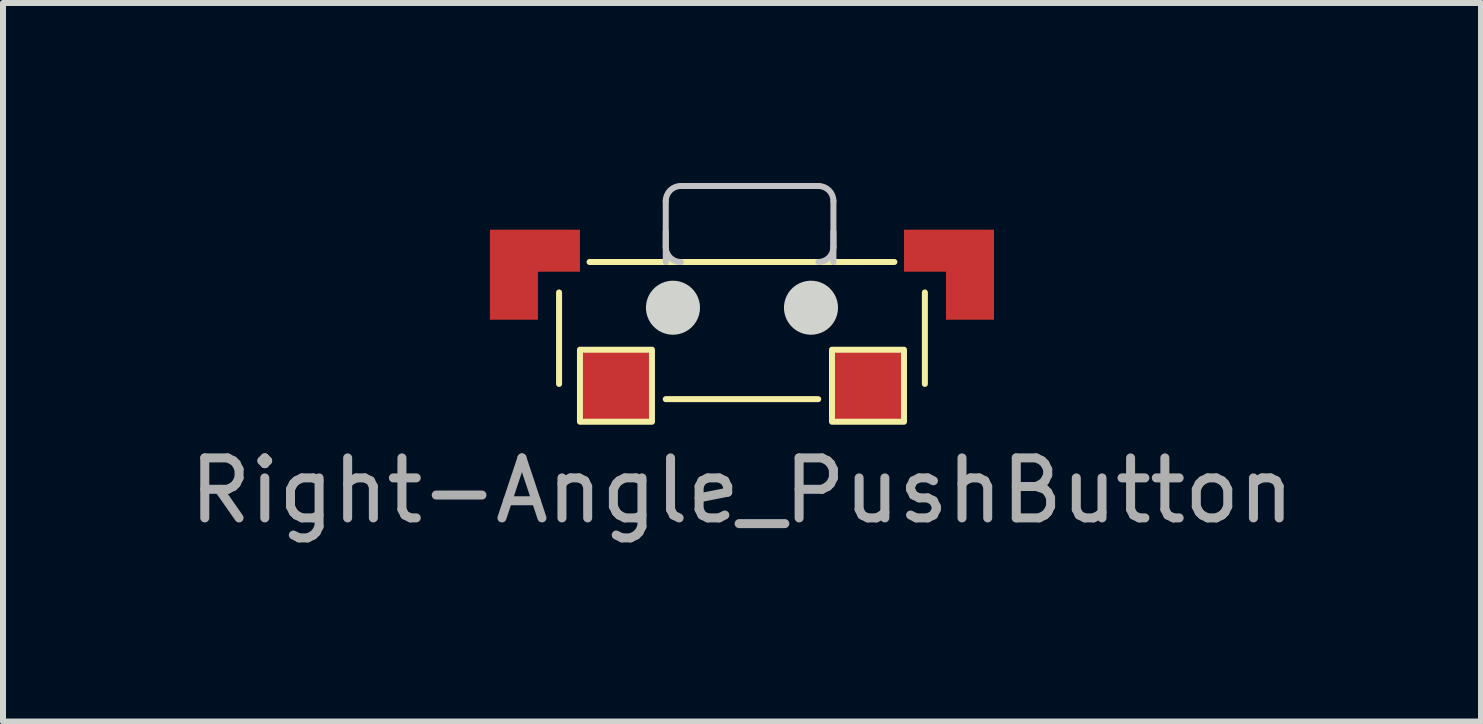
<source format=kicad_pcb>
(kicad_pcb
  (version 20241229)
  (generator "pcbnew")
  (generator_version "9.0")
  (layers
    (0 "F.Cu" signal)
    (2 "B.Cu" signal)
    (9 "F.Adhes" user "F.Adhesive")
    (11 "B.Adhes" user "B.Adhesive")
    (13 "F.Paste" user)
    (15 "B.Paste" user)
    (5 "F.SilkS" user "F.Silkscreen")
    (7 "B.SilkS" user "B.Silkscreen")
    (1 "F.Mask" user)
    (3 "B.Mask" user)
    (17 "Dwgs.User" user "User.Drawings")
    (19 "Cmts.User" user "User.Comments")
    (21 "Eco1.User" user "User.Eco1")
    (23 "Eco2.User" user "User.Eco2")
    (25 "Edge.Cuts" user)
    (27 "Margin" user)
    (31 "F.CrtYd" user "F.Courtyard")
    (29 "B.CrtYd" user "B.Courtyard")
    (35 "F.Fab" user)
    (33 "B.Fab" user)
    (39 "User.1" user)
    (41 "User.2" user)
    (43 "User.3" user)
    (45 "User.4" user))
  (footprint "Right-Angle_PushButton"
    (layer "F.Cu")
    (at 9.315 2.078)
    (property "Reference" "Right-Angle_PushButton" (at 0 3.048 0) (unlocked yes) (layer "F.SilkS") (effects (font (size 1 1) (thickness 0.1))))
    (attr smd)
    (fp_poly (pts (xy -4.2 0.2) (xy -4.2 -1.3) (xy -2.7 -1.3) (xy -2.7 -0.6) (xy -3.4 -0.6) (xy -3.4 0.2)) (stroke (width 0) (type solid)) (fill yes) (layers "F.Cu" "F.Mask"))
    (fp_poly (pts (xy 4.2 -1.3) (xy 2.7 -1.3) (xy 2.7 -0.6) (xy 3.4 -0.6) (xy 3.4 0.2) (xy 4.2 0.2)) (stroke (width 0) (type solid)) (fill yes) (layers "F.Cu" "F.Mask"))
    (fp_line (start -3.048 -0.254) (end -3.048 1.27) (stroke (width 0.1) (type default)) (layer "F.SilkS"))
    (fp_line (start -2.54 -0.762) (end 2.032 -0.762) (stroke (width 0.1) (type default)) (layer "F.SilkS"))
    (fp_line (start 1.27 1.524) (end -1.27 1.524) (stroke (width 0.1) (type default)) (layer "F.SilkS"))
    (fp_line (start 1.274 -0.762) (end -1.02 -0.762) (stroke (width 0.1) (type default)) (layer "F.SilkS"))
    (fp_line (start 2.032 -0.762) (end 2.54 -0.762) (stroke (width 0.1) (type default)) (layer "F.SilkS"))
    (fp_line (start 3.048 -0.254) (end 3.048 1.27) (stroke (width 0.1) (type default)) (layer "F.SilkS"))
    (fp_rect (start -2.7 0.7) (end -1.5 1.9) (stroke (width 0.1) (type default)) (fill no) (layer "F.SilkS"))
    (fp_rect (start 1.5 0.7) (end 2.7 1.9) (stroke (width 0.1) (type default)) (fill no) (layer "F.SilkS"))
    (fp_line (start -1.27 -1.27) (end -1.27 -0.762) (stroke (width 0.1) (type default)) (layer "Dwgs.User"))
    (fp_line (start -1.27 -1.012) (end -1.27 -1.778) (stroke (width 0.1) (type default)) (layer "Dwgs.User"))
    (fp_line (start -1.02 -2.028) (end 1.274 -2.028) (stroke (width 0.1) (type default)) (layer "Dwgs.User"))
    (fp_line (start 1.524 -1.778) (end 1.524 -1.012) (stroke (width 0.1) (type default)) (layer "Dwgs.User"))
    (fp_line (start 1.524 -1.27) (end 1.524 -0.762) (stroke (width 0.1) (type default)) (layer "Dwgs.User"))
    (fp_arc (start -1.27 -1.778) (mid -1.196777 -1.954777) (end -1.02 -2.028) (stroke (width 0.1) (type default)) (layer "Dwgs.User"))
    (fp_arc (start -1.02 -0.762) (mid -1.196777 -0.835223) (end -1.27 -1.012) (stroke (width 0.1) (type default)) (layer "Dwgs.User"))
    (fp_arc (start 1.274 -2.028) (mid 1.450777 -1.954777) (end 1.524 -1.778) (stroke (width 0.1) (type default)) (layer "Dwgs.User"))
    (fp_arc (start 1.524 -1.012) (mid 1.450777 -0.835223) (end 1.274 -0.762) (stroke (width 0.1) (type default)) (layer "Dwgs.User"))
    (fp_poly (pts (arc (start -1.6 0) (mid -0.7 0) (end -1.6 0))) (stroke (width 0) (type solid)) (fill yes) (layer "Edge.Cuts"))
    (fp_poly (pts (arc (start 0.7 0) (mid 1.6 0) (end 0.7 0))) (stroke (width 0) (type solid)) (fill yes) (layer "Edge.Cuts"))
    (fp_text user "${REFERENCE}" (at 0 3.048 0) (unlocked yes) (layer "F.Fab") (effects (font (size 1 1) (thickness 0.15))))
    (pad "1" smd roundrect (at -2.1 1.3) (size 1.2 1.2) (layers "F.Cu" "F.Mask" "F.Paste") (roundrect_rratio 0.15))
    (pad "2" smd roundrect (at 2.1 1.3) (size 1.2 1.2) (layers "F.Cu" "F.Mask" "F.Paste") (roundrect_rratio 0.15))
    (zone (net_name "") (layers "Edge.Cuts" "Margin") (name "mounting_hole") (hatch edge 0.5) (connect_pads) (min_thickness 0.25) (filled_areas_thickness no) (keepout (tracks not_allowed) (vias not_allowed) (pads not_allowed) (copperpour not_allowed) (footprints allowed)) (placement (enabled no)) (fill) (polygon (pts (xy 10.015 2.078) (xy 10.016 2.048) (xy 10.024 1.988) (xy 10.04 1.93) (xy 10.063 1.875) (xy 10.094 1.823) (xy 10.131 1.776) (xy 10.175 1.734) (xy 10.223 1.698) (xy 10.276 1.669) (xy 10.332 1.648) (xy 10.391 1.634) (xy 10.45 1.628) (xy 10.511 1.63) (xy 10.57 1.64) (xy 10.627 1.658) (xy 10.682 1.683) (xy 10.733 1.715) (xy 10.779 1.754) (xy 10.819 1.799) (xy 10.853 1.848) (xy 10.88 1.902) (xy 10.9 1.959) (xy 10.912 2.018) (xy 10.916 2.078) (xy 10.912 2.138) (xy 10.9 2.197) (xy 10.88 2.254) (xy 10.853 2.308) (xy 10.819 2.357) (xy 10.779 2.402) (xy 10.733 2.441) (xy 10.682 2.473) (xy 10.627 2.498) (xy 10.57 2.516) (xy 10.511 2.526) (xy 10.45 2.528) (xy 10.391 2.522) (xy 10.332 2.508) (xy 10.276 2.487) (xy 10.223 2.458) (xy 10.175 2.422) (xy 10.131 2.38) (xy 10.094 2.333) (xy 10.063 2.281) (xy 10.04 2.226) (xy 10.024 2.168) (xy 10.016 2.108))))
    (zone (net_name "") (layer "Margin") (name "mounting_hole") (hatch edge 0.5) (connect_pads) (min_thickness 0.25) (filled_areas_thickness no) (keepout (tracks not_allowed) (vias not_allowed) (pads not_allowed) (copperpour not_allowed) (footprints allowed)) (placement (enabled no)) (fill) (polygon (pts (xy 7.715 2.078) (xy 7.716 2.048) (xy 7.724 1.988) (xy 7.74 1.93) (xy 7.763 1.875) (xy 7.794 1.823) (xy 7.831 1.776) (xy 7.875 1.734) (xy 7.923 1.698) (xy 7.976 1.669) (xy 8.032 1.648) (xy 8.091 1.634) (xy 8.15 1.628) (xy 8.211 1.63) (xy 8.27 1.64) (xy 8.327 1.658) (xy 8.382 1.683) (xy 8.433 1.715) (xy 8.479 1.754) (xy 8.519 1.799) (xy 8.553 1.848) (xy 8.58 1.902) (xy 8.6 1.959) (xy 8.612 2.018) (xy 8.616 2.078) (xy 8.612 2.138) (xy 8.6 2.197) (xy 8.58 2.254) (xy 8.553 2.308) (xy 8.519 2.357) (xy 8.479 2.402) (xy 8.433 2.441) (xy 8.382 2.473) (xy 8.327 2.498) (xy 8.27 2.516) (xy 8.211 2.526) (xy 8.15 2.528) (xy 8.091 2.522) (xy 8.032 2.508) (xy 7.976 2.487) (xy 7.923 2.458) (xy 7.875 2.422) (xy 7.831 2.38) (xy 7.794 2.333) (xy 7.763 2.281) (xy 7.74 2.226) (xy 7.724 2.168) (xy 7.716 2.108)))))
  (gr_rect
    (start -3 -3)
    (end 21.631 8.974)
    (stroke (width 0.1) (type default))
    (fill no)
    (layer "Edge.Cuts")))
</source>
